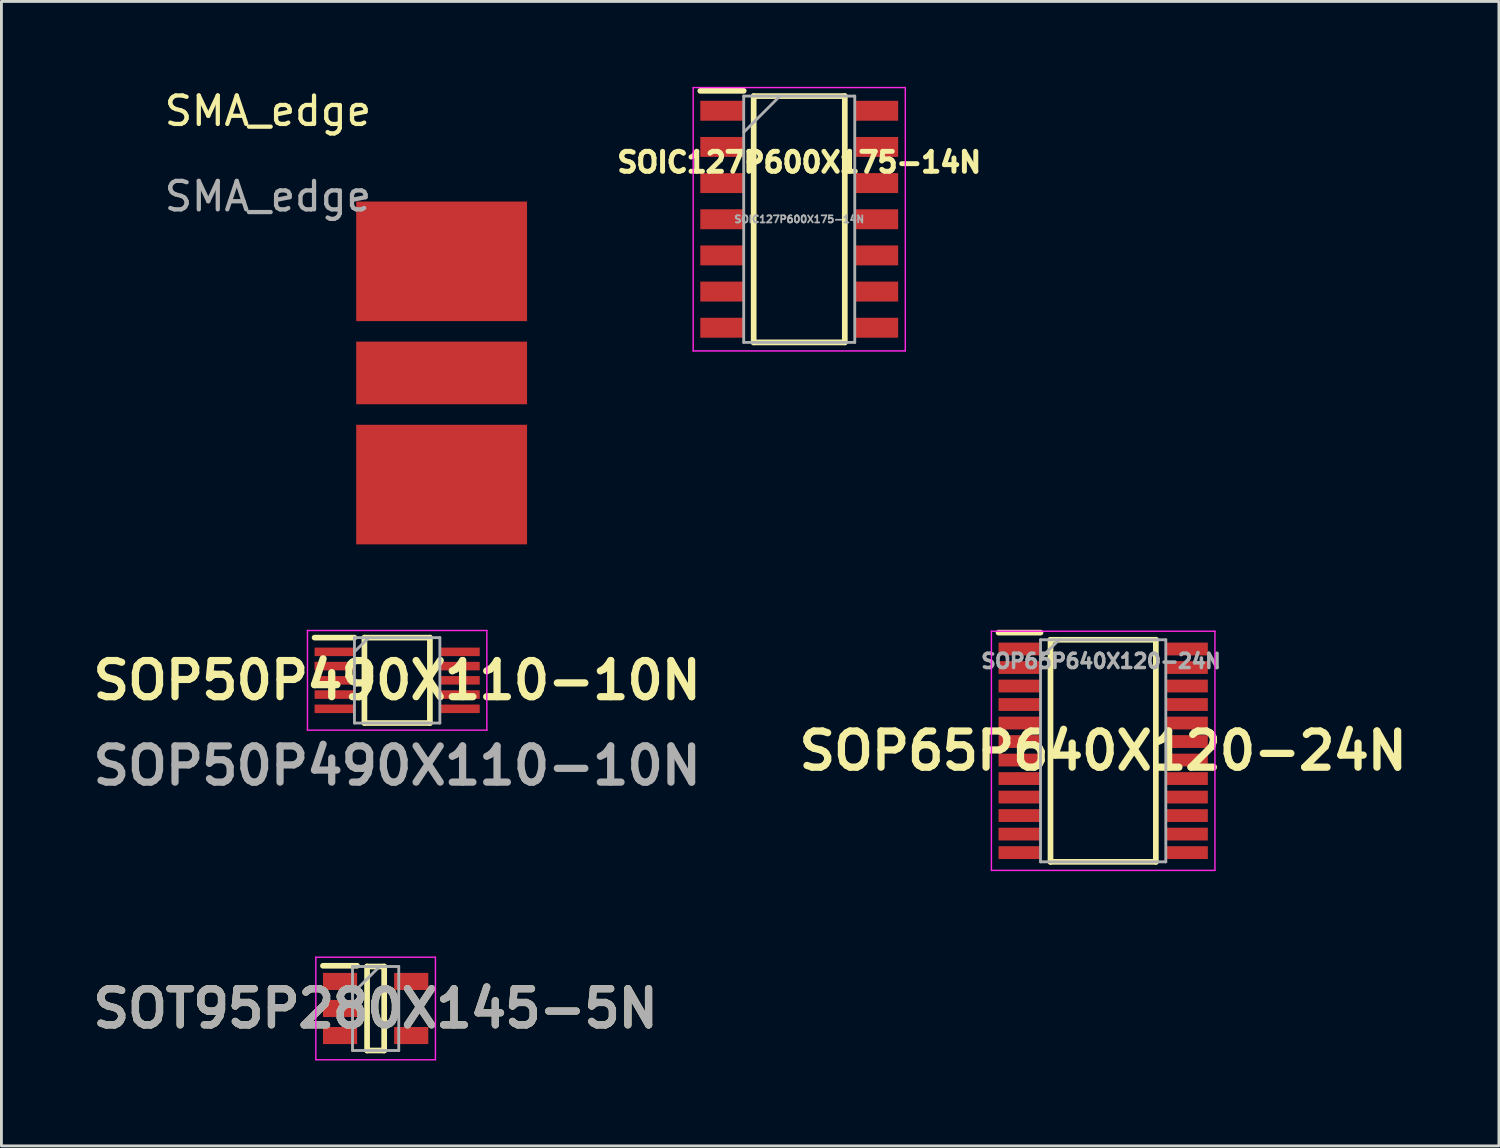
<source format=kicad_pcb>
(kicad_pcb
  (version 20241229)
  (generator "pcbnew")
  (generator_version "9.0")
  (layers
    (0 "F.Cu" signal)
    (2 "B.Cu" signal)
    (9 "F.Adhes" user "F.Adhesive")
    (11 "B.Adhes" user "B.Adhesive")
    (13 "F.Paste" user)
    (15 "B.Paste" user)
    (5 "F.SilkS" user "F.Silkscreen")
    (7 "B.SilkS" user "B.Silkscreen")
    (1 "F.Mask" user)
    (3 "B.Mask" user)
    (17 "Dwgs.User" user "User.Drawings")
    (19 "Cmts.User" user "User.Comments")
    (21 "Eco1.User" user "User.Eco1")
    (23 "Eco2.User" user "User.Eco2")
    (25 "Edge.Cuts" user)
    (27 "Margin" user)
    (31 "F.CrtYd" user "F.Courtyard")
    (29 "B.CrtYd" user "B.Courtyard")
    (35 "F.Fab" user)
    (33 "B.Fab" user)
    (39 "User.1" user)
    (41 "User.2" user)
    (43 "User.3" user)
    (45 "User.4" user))
  (footprint "SOIC127P600X175-14N"
    (layer "F.Cu")
    (at 25.019 4.65)
    (property "Reference" "SOIC127P600X175-14N" (at 0 -2 0) (layer "F.SilkS") (effects (font (size 0.7 0.7) (thickness 0.175))))
    (attr smd)
    (fp_line (start -3.475 -4.51) (end -1.95 -4.51) (stroke (width 0.2) (type solid)) (layer "F.SilkS"))
    (fp_line (start -1.6 -4.325) (end 1.6 -4.325) (stroke (width 0.2) (type solid)) (layer "F.SilkS"))
    (fp_line (start -1.6 4.325) (end -1.6 -4.325) (stroke (width 0.2) (type solid)) (layer "F.SilkS"))
    (fp_line (start 1.6 -4.325) (end 1.6 4.325) (stroke (width 0.2) (type solid)) (layer "F.SilkS"))
    (fp_line (start 1.6 4.325) (end -1.6 4.325) (stroke (width 0.2) (type solid)) (layer "F.SilkS"))
    (fp_line (start -3.725 -4.625) (end 3.725 -4.625) (stroke (width 0.05) (type solid)) (layer "F.CrtYd"))
    (fp_line (start -3.725 4.625) (end -3.725 -4.625) (stroke (width 0.05) (type solid)) (layer "F.CrtYd"))
    (fp_line (start 3.725 -4.625) (end 3.725 4.625) (stroke (width 0.05) (type solid)) (layer "F.CrtYd"))
    (fp_line (start 3.725 4.625) (end -3.725 4.625) (stroke (width 0.05) (type solid)) (layer "F.CrtYd"))
    (fp_line (start -1.95 -4.325) (end 1.95 -4.325) (stroke (width 0.1) (type solid)) (layer "F.Fab"))
    (fp_line (start -1.95 -3.055) (end -0.68 -4.325) (stroke (width 0.1) (type solid)) (layer "F.Fab"))
    (fp_line (start -1.95 4.325) (end -1.95 -4.325) (stroke (width 0.1) (type solid)) (layer "F.Fab"))
    (fp_line (start 1.95 -4.325) (end 1.95 4.325) (stroke (width 0.1) (type solid)) (layer "F.Fab"))
    (fp_line (start 1.95 4.325) (end -1.95 4.325) (stroke (width 0.1) (type solid)) (layer "F.Fab"))
    (fp_text user "${REFERENCE}" (at 0 0 0) (layer "F.Fab") (effects (font (size 0.25 0.25) (thickness 0.062))))
    (pad "1" smd rect (at -2.712 -3.81 90) (size 0.7 1.525) (layers "F.Cu" "F.Mask" "F.Paste"))
    (pad "2" smd rect (at -2.712 -2.54 90) (size 0.7 1.525) (layers "F.Cu" "F.Mask" "F.Paste"))
    (pad "3" smd rect (at -2.712 -1.27 90) (size 0.7 1.525) (layers "F.Cu" "F.Mask" "F.Paste"))
    (pad "4" smd rect (at -2.712 0 90) (size 0.7 1.525) (layers "F.Cu" "F.Mask" "F.Paste"))
    (pad "5" smd rect (at -2.712 1.27 90) (size 0.7 1.525) (layers "F.Cu" "F.Mask" "F.Paste"))
    (pad "6" smd rect (at -2.712 2.54 90) (size 0.7 1.525) (layers "F.Cu" "F.Mask" "F.Paste"))
    (pad "7" smd rect (at -2.712 3.81 90) (size 0.7 1.525) (layers "F.Cu" "F.Mask" "F.Paste"))
    (pad "8" smd rect (at 2.712 3.81 90) (size 0.7 1.525) (layers "F.Cu" "F.Mask" "F.Paste"))
    (pad "9" smd rect (at 2.712 2.54 90) (size 0.7 1.525) (layers "F.Cu" "F.Mask" "F.Paste"))
    (pad "10" smd rect (at 2.712 1.27 90) (size 0.7 1.525) (layers "F.Cu" "F.Mask" "F.Paste"))
    (pad "11" smd rect (at 2.712 0 90) (size 0.7 1.525) (layers "F.Cu" "F.Mask" "F.Paste"))
    (pad "12" smd rect (at 2.712 -1.27 90) (size 0.7 1.525) (layers "F.Cu" "F.Mask" "F.Paste"))
    (pad "13" smd rect (at 2.712 -2.54 90) (size 0.7 1.525) (layers "F.Cu" "F.Mask" "F.Paste"))
    (pad "14" smd rect (at 2.712 -3.81 90) (size 0.7 1.525) (layers "F.Cu" "F.Mask" "F.Paste")))
  (footprint "SOT95P280X145-5N"
    (layer "F.Cu")
    (at 10.142 32.368)
    (property "Reference" "SOT95P280X145-5N" (at 0 0 0) (layer "F.SilkS") (effects (font (size 1.27 1.27) (thickness 0.254))))
    (attr smd)
    (fp_line (start -1.85 -1.5) (end -0.65 -1.5) (stroke (width 0.2) (type solid)) (layer "F.SilkS"))
    (fp_line (start -0.3 -1.475) (end 0.3 -1.475) (stroke (width 0.2) (type solid)) (layer "F.SilkS"))
    (fp_line (start -0.3 1.475) (end -0.3 -1.475) (stroke (width 0.2) (type solid)) (layer "F.SilkS"))
    (fp_line (start 0.3 -1.475) (end 0.3 1.475) (stroke (width 0.2) (type solid)) (layer "F.SilkS"))
    (fp_line (start 0.3 1.475) (end -0.3 1.475) (stroke (width 0.2) (type solid)) (layer "F.SilkS"))
    (fp_line (start -2.1 -1.8) (end 2.1 -1.8) (stroke (width 0.05) (type solid)) (layer "F.CrtYd"))
    (fp_line (start -2.1 1.8) (end -2.1 -1.8) (stroke (width 0.05) (type solid)) (layer "F.CrtYd"))
    (fp_line (start 2.1 -1.8) (end 2.1 1.8) (stroke (width 0.05) (type solid)) (layer "F.CrtYd"))
    (fp_line (start 2.1 1.8) (end -2.1 1.8) (stroke (width 0.05) (type solid)) (layer "F.CrtYd"))
    (fp_line (start -0.812 -1.475) (end 0.812 -1.475) (stroke (width 0.1) (type solid)) (layer "F.Fab"))
    (fp_line (start -0.812 -0.525) (end 0.138 -1.475) (stroke (width 0.1) (type solid)) (layer "F.Fab"))
    (fp_line (start -0.812 1.475) (end -0.812 -1.475) (stroke (width 0.1) (type solid)) (layer "F.Fab"))
    (fp_line (start 0.812 -1.475) (end 0.812 1.475) (stroke (width 0.1) (type solid)) (layer "F.Fab"))
    (fp_line (start 0.812 1.475) (end -0.812 1.475) (stroke (width 0.1) (type solid)) (layer "F.Fab"))
    (fp_text user "${REFERENCE}" (at 0 0 0) (layer "F.Fab") (effects (font (size 1.27 1.27) (thickness 0.254))))
    (pad "1" smd rect (at -1.25 -0.95 90) (size 0.6 1.2) (layers "F.Cu" "F.Mask" "F.Paste"))
    (pad "2" smd rect (at -1.25 0 90) (size 0.6 1.2) (layers "F.Cu" "F.Mask" "F.Paste"))
    (pad "3" smd rect (at -1.25 0.95 90) (size 0.6 1.2) (layers "F.Cu" "F.Mask" "F.Paste"))
    (pad "4" smd rect (at 1.25 0.95 90) (size 0.6 1.2) (layers "F.Cu" "F.Mask" "F.Paste"))
    (pad "5" smd rect (at 1.25 -0.95 90) (size 0.6 1.2) (layers "F.Cu" "F.Mask" "F.Paste")))
  (footprint "SOP65P640X120-24N"
    (layer "F.Cu")
    (at 35.693 23.318)
    (property "Reference" "SOP65P640X120-24N" (at 0 0 0) (layer "F.SilkS") (effects (font (size 1.27 1.27) (thickness 0.254))))
    (attr smd)
    (fp_line (start -3.675 -4.15) (end -2.2 -4.15) (stroke (width 0.2) (type solid)) (layer "F.SilkS"))
    (fp_line (start -1.85 -3.9) (end 1.85 -3.9) (stroke (width 0.2) (type solid)) (layer "F.SilkS"))
    (fp_line (start -1.85 3.9) (end -1.85 -3.9) (stroke (width 0.2) (type solid)) (layer "F.SilkS"))
    (fp_line (start 1.85 -3.9) (end 1.85 3.9) (stroke (width 0.2) (type solid)) (layer "F.SilkS"))
    (fp_line (start 1.85 3.9) (end -1.85 3.9) (stroke (width 0.2) (type solid)) (layer "F.SilkS"))
    (fp_line (start -3.925 -4.2) (end 3.925 -4.2) (stroke (width 0.05) (type solid)) (layer "F.CrtYd"))
    (fp_line (start -3.925 4.2) (end -3.925 -4.2) (stroke (width 0.05) (type solid)) (layer "F.CrtYd"))
    (fp_line (start 3.925 -4.2) (end 3.925 4.2) (stroke (width 0.05) (type solid)) (layer "F.CrtYd"))
    (fp_line (start 3.925 4.2) (end -3.925 4.2) (stroke (width 0.05) (type solid)) (layer "F.CrtYd"))
    (fp_line (start -2.2 -3.9) (end 2.2 -3.9) (stroke (width 0.1) (type solid)) (layer "F.Fab"))
    (fp_line (start -2.2 -3.25) (end -1.55 -3.9) (stroke (width 0.1) (type solid)) (layer "F.Fab"))
    (fp_line (start -2.2 3.9) (end -2.2 -3.9) (stroke (width 0.1) (type solid)) (layer "F.Fab"))
    (fp_line (start 2.2 -3.9) (end 2.2 3.9) (stroke (width 0.1) (type solid)) (layer "F.Fab"))
    (fp_line (start 2.2 3.9) (end -2.2 3.9) (stroke (width 0.1) (type solid)) (layer "F.Fab"))
    (fp_text user "${REFERENCE}" (at -0.075 -3.15 0) (layer "F.Fab") (effects (font (size 0.5 0.5) (thickness 0.125))))
    (pad "1" smd rect (at -2.938 -3.575 90) (size 0.45 1.475) (layers "F.Cu" "F.Mask" "F.Paste"))
    (pad "2" smd rect (at -2.938 -2.925 90) (size 0.45 1.475) (layers "F.Cu" "F.Mask" "F.Paste"))
    (pad "3" smd rect (at -2.938 -2.275 90) (size 0.45 1.475) (layers "F.Cu" "F.Mask" "F.Paste"))
    (pad "4" smd rect (at -2.938 -1.625 90) (size 0.45 1.475) (layers "F.Cu" "F.Mask" "F.Paste"))
    (pad "5" smd rect (at -2.938 -0.975 90) (size 0.45 1.475) (layers "F.Cu" "F.Mask" "F.Paste"))
    (pad "6" smd rect (at -2.938 -0.325 90) (size 0.45 1.475) (layers "F.Cu" "F.Mask" "F.Paste"))
    (pad "7" smd rect (at -2.938 0.325 90) (size 0.45 1.475) (layers "F.Cu" "F.Mask" "F.Paste"))
    (pad "8" smd rect (at -2.938 0.975 90) (size 0.45 1.475) (layers "F.Cu" "F.Mask" "F.Paste"))
    (pad "9" smd rect (at -2.938 1.625 90) (size 0.45 1.475) (layers "F.Cu" "F.Mask" "F.Paste"))
    (pad "10" smd rect (at -2.938 2.275 90) (size 0.45 1.475) (layers "F.Cu" "F.Mask" "F.Paste"))
    (pad "11" smd rect (at -2.938 2.925 90) (size 0.45 1.475) (layers "F.Cu" "F.Mask" "F.Paste"))
    (pad "12" smd rect (at -2.938 3.575 90) (size 0.45 1.475) (layers "F.Cu" "F.Mask" "F.Paste"))
    (pad "13" smd rect (at 2.938 3.575 90) (size 0.45 1.475) (layers "F.Cu" "F.Mask" "F.Paste"))
    (pad "14" smd rect (at 2.938 2.925 90) (size 0.45 1.475) (layers "F.Cu" "F.Mask" "F.Paste"))
    (pad "15" smd rect (at 2.938 2.275 90) (size 0.45 1.475) (layers "F.Cu" "F.Mask" "F.Paste"))
    (pad "16" smd rect (at 2.938 1.625 90) (size 0.45 1.475) (layers "F.Cu" "F.Mask" "F.Paste"))
    (pad "17" smd rect (at 2.938 0.975 90) (size 0.45 1.475) (layers "F.Cu" "F.Mask" "F.Paste"))
    (pad "18" smd rect (at 2.938 0.325 90) (size 0.45 1.475) (layers "F.Cu" "F.Mask" "F.Paste"))
    (pad "19" smd rect (at 2.938 -0.325 90) (size 0.45 1.475) (layers "F.Cu" "F.Mask" "F.Paste"))
    (pad "20" smd rect (at 2.938 -0.975 90) (size 0.45 1.475) (layers "F.Cu" "F.Mask" "F.Paste"))
    (pad "21" smd rect (at 2.938 -1.625 90) (size 0.45 1.475) (layers "F.Cu" "F.Mask" "F.Paste"))
    (pad "22" smd rect (at 2.938 -2.275 90) (size 0.45 1.475) (layers "F.Cu" "F.Mask" "F.Paste"))
    (pad "23" smd rect (at 2.938 -2.925 90) (size 0.45 1.475) (layers "F.Cu" "F.Mask" "F.Paste"))
    (pad "24" smd rect (at 2.938 -3.575 90) (size 0.45 1.475) (layers "F.Cu" "F.Mask" "F.Paste")))
  (footprint "SOP50P490X110-10N"
    (layer "F.Cu")
    (at 10.898 20.843)
    (property "Reference" "SOP50P490X110-10N" (at 0 0 0) (layer "F.SilkS") (effects (font (size 1.27 1.27) (thickness 0.254))))
    (attr smd)
    (fp_line (start -2.9 -1.5) (end -1.5 -1.5) (stroke (width 0.2) (type solid)) (layer "F.SilkS"))
    (fp_line (start -1.15 -1.5) (end 1.15 -1.5) (stroke (width 0.2) (type solid)) (layer "F.SilkS"))
    (fp_line (start -1.15 1.5) (end -1.15 -1.5) (stroke (width 0.2) (type solid)) (layer "F.SilkS"))
    (fp_line (start 1.15 -1.5) (end 1.15 1.5) (stroke (width 0.2) (type solid)) (layer "F.SilkS"))
    (fp_line (start 1.15 1.5) (end -1.15 1.5) (stroke (width 0.2) (type solid)) (layer "F.SilkS"))
    (fp_line (start -3.15 -1.75) (end 3.15 -1.75) (stroke (width 0.05) (type solid)) (layer "F.CrtYd"))
    (fp_line (start -3.15 1.75) (end -3.15 -1.75) (stroke (width 0.05) (type solid)) (layer "F.CrtYd"))
    (fp_line (start 3.15 -1.75) (end 3.15 1.75) (stroke (width 0.05) (type solid)) (layer "F.CrtYd"))
    (fp_line (start 3.15 1.75) (end -3.15 1.75) (stroke (width 0.05) (type solid)) (layer "F.CrtYd"))
    (fp_line (start -1.5 -1.5) (end 1.5 -1.5) (stroke (width 0.1) (type solid)) (layer "F.Fab"))
    (fp_line (start -1.5 -1) (end -1 -1.5) (stroke (width 0.1) (type solid)) (layer "F.Fab"))
    (fp_line (start -1.5 1.5) (end -1.5 -1.5) (stroke (width 0.1) (type solid)) (layer "F.Fab"))
    (fp_line (start 1.5 -1.5) (end 1.5 1.5) (stroke (width 0.1) (type solid)) (layer "F.Fab"))
    (fp_line (start 1.5 1.5) (end -1.5 1.5) (stroke (width 0.1) (type solid)) (layer "F.Fab"))
    (fp_text user "${REFERENCE}" (at 0 3 0) (layer "F.Fab") (effects (font (size 1.27 1.27) (thickness 0.254))))
    (pad "1" smd rect (at -2.2 -1 90) (size 0.3 1.4) (layers "F.Cu" "F.Mask" "F.Paste"))
    (pad "2" smd rect (at -2.2 -0.5 90) (size 0.3 1.4) (layers "F.Cu" "F.Mask" "F.Paste"))
    (pad "3" smd rect (at -2.2 0 90) (size 0.3 1.4) (layers "F.Cu" "F.Mask" "F.Paste"))
    (pad "4" smd rect (at -2.2 0.5 90) (size 0.3 1.4) (layers "F.Cu" "F.Mask" "F.Paste"))
    (pad "5" smd rect (at -2.2 1 90) (size 0.3 1.4) (layers "F.Cu" "F.Mask" "F.Paste"))
    (pad "6" smd rect (at 2.2 1 90) (size 0.3 1.4) (layers "F.Cu" "F.Mask" "F.Paste"))
    (pad "7" smd rect (at 2.2 0.5 90) (size 0.3 1.4) (layers "F.Cu" "F.Mask" "F.Paste"))
    (pad "8" smd rect (at 2.2 0 90) (size 0.3 1.4) (layers "F.Cu" "F.Mask" "F.Paste"))
    (pad "9" smd rect (at 2.2 -0.5 90) (size 0.3 1.4) (layers "F.Cu" "F.Mask" "F.Paste"))
    (pad "10" smd rect (at 2.2 -1 90) (size 0.3 1.4) (layers "F.Cu" "F.Mask" "F.Paste")))
  (footprint "SMA_edge"
    (layer "F.Cu")
    (at 9.46 10.048)
    (property "Reference" "SMA_edge" (at -3.1 -9.2 0) (unlocked yes) (layer "F.SilkS") (effects (font (size 1 1) (thickness 0.15))))
    (attr smd)
    (fp_rect (start -1.7 -3.1) (end -9.4 3.1) (stroke (width 0.12) (type solid)) (fill no) (layer "User.1"))
    (fp_rect (start 0 -4.7) (end -1.7 4.8) (stroke (width 0.12) (type solid)) (fill no) (layer "User.1"))
    (fp_rect (start 0 -3.7) (end 4.8 -4.7) (stroke (width 0.12) (type solid)) (fill no) (layer "User.1"))
    (fp_rect (start 0 -0.4) (end 4.8 0.4) (stroke (width 0.12) (type solid)) (fill no) (layer "User.1"))
    (fp_rect (start 0 3.8) (end 4.8 4.8) (stroke (width 0.12) (type solid)) (fill no) (layer "User.1"))
    (fp_text user "${REFERENCE}" (at -3.1 -6.2 0) (unlocked yes) (layer "F.Fab") (effects (font (size 1 1) (thickness 0.15))))
    (pad "1" smd rect (at 3 0) (size 6 2.2) (layers "F.Cu" "F.Mask" "F.Paste"))
    (pad "2" smd rect (at 3 -3.92) (size 6 4.2) (layers "F.Cu" "F.Mask" "F.Paste"))
    (pad "2" smd rect (at 3 3.92) (size 6 4.2) (layers "F.Cu" "F.Mask" "F.Paste")))
  (gr_rect
    (start -3 -3)
    (end 49.591 37.193)
    (stroke (width 0.1) (type default))
    (fill no)
    (layer "Edge.Cuts")))
</source>
